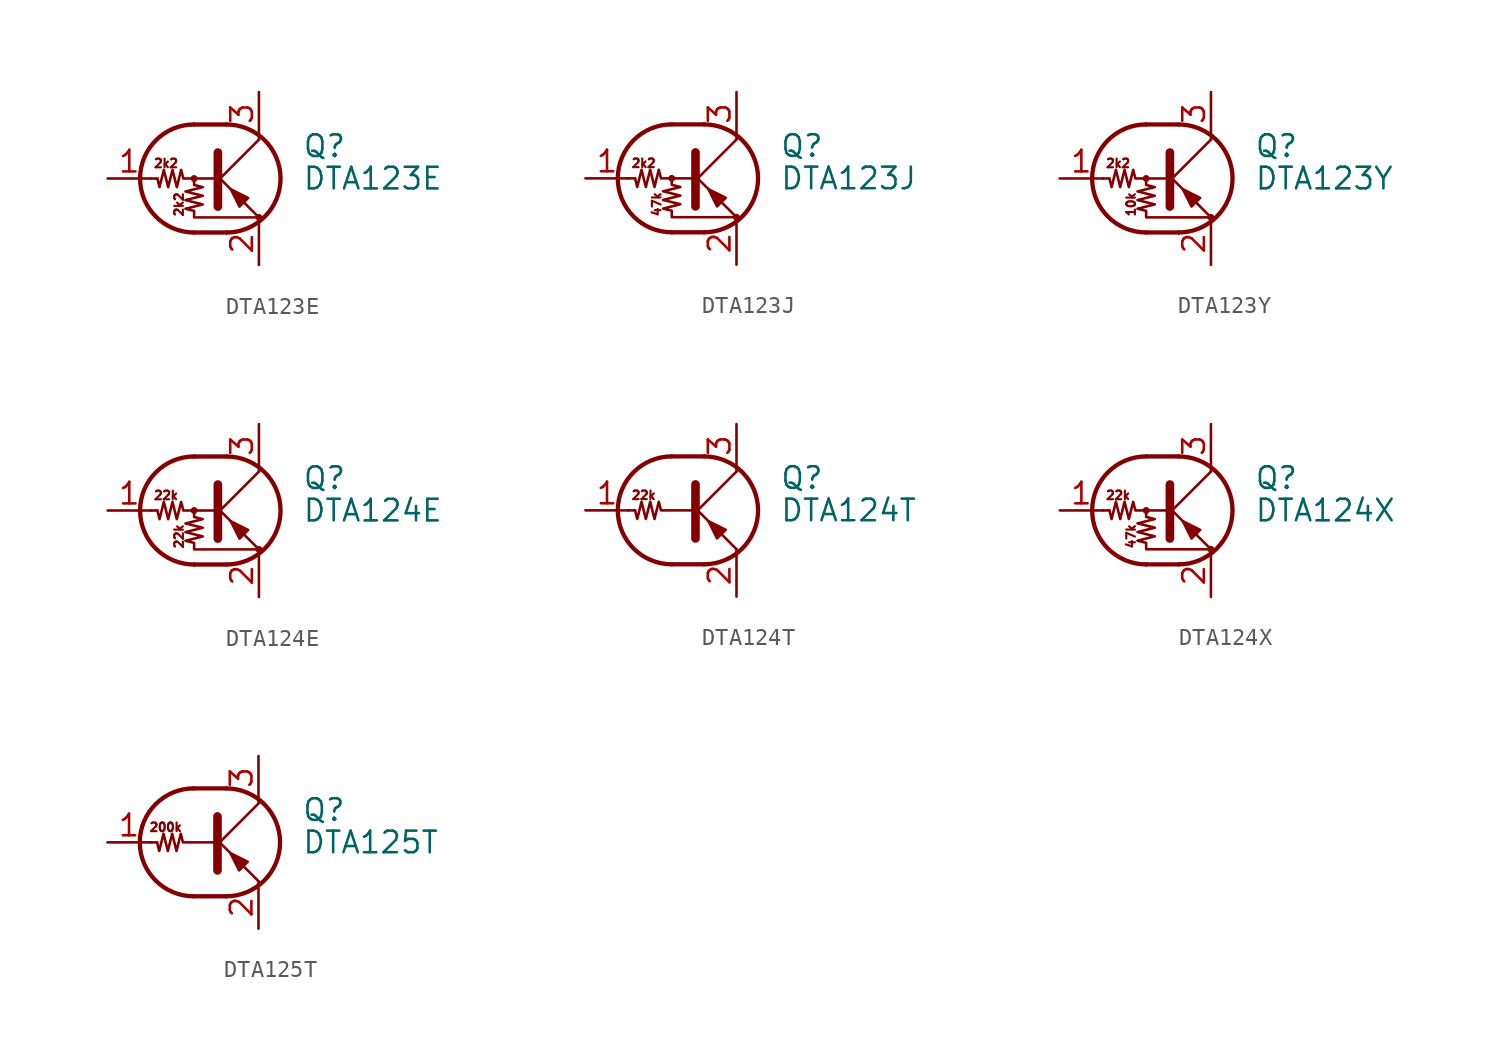
<source format=kicad_sym>
(kicad_symbol_lib
  (version 20241209)
  (generator "kicad_symbol_editor")
  (generator_version "9.0")
  (symbol "DTA123E"
    (pin_names
      (offset 0)
      (hide yes))
    (property "Reference" "Q"
      (at 5.08 1.905 0)
      (effects (font (size 1.27 1.27)) (justify left)))
    (property "Value" "DTA123E"
      (at 5.08 0 0)
      (effects (font (size 1.27 1.27)) (justify left)))
    (symbol "DTA123E_0_0"
      (text "2k2" (at -2.921 0.889 0) (effects (font (size 0.508 0.508))))
      (text "2k2" (at -2.159 -1.524 900) (effects (font (size 0.508 0.508)))))
    (symbol "DTA123E_0_1"
      (polyline (pts (xy -3.429 0) (xy -3.81 0)) (stroke (width 0) (type default)) (fill (type none)))
      (polyline (pts (xy -1.27 3.175) (xy 0.635 3.175)) (stroke (width 0.254) (type default)) (fill (type none)))
      (circle (center -1.27 0) (radius 0.127) (stroke (width 0) (type default)) (fill (type none)))
      (polyline (pts (xy -1.27 0) (xy -1.27 -0.381) (xy -0.762 -0.508) (xy -1.778 -0.762) (xy -0.762 -1.016) (xy -1.778 -1.27) (xy -0.762 -1.524) (xy -1.778 -1.778) (xy -1.27 -1.905) (xy -1.27 -2.286) (xy 2.54 -2.286)) (stroke (width 0) (type default)) (fill (type none)))
      (polyline (pts (xy -1.27 -3.175) (xy 0.635 -3.175)) (stroke (width 0.254) (type default)) (fill (type none)))
      (arc (start -1.27 -3.175) (mid -4.4312 0) (end -1.27 3.175) (stroke (width 0.254) (type default)) (fill (type none)))
      (polyline (pts (xy 0 0) (xy -1.905 0) (xy -2.032 0.508) (xy -2.286 -0.508) (xy -2.54 0.508) (xy -2.794 -0.508) (xy -3.048 0.508) (xy -3.302 -0.508) (xy -3.429 0)) (stroke (width 0) (type default)) (fill (type none)))
      (polyline (pts (xy 0 -0.254) (xy 2.54 2.286)) (stroke (width 0) (type default)) (fill (type none)))
      (polyline (pts (xy 0.127 1.524) (xy 0.127 -1.651)) (stroke (width 0.508) (type default)) (fill (type outline)))
      (arc (start 0.635 3.175) (mid 3.7962 0) (end 0.635 -3.175) (stroke (width 0.254) (type default)) (fill (type none)))
      (polyline (pts (xy 1.397 -1.651) (xy 1.905 -1.143) (xy 0.889 -0.635) (xy 1.397 -1.651)) (stroke (width 0) (type default)) (fill (type outline)))
      (polyline (pts (xy 2.54 2.286) (xy 2.54 2.54)) (stroke (width 0) (type default)) (fill (type none)))
      (polyline (pts (xy 2.54 -2.286) (xy 0 0.254) (xy 0 0.254)) (stroke (width 0) (type default)) (fill (type none)))
      (circle (center 2.54 -2.286) (radius 0.127) (stroke (width 0) (type default)) (fill (type none))))
    (symbol "DTA123E_1_1"
      (pin input line (at -6.35 0 0) (length 2.54) (name "B" (effects (font (size 1.27 1.27)))) (number "1" (effects (font (size 1.27 1.27)))))
      (pin passive line (at 2.54 5.08 270) (length 2.54) (name "C" (effects (font (size 1.27 1.27)))) (number "3" (effects (font (size 1.27 1.27)))))
      (pin passive line (at 2.54 -5.08 90) (length 2.54) (name "E" (effects (font (size 1.27 1.27)))) (number "2" (effects (font (size 1.27 1.27)))))))
  (symbol "DTA123J"
    (pin_names
      (offset 0)
      (hide yes))
    (property "Reference" "Q"
      (at 5.08 1.905 0)
      (effects (font (size 1.27 1.27)) (justify left)))
    (property "Value" "DTA123J"
      (at 5.08 0 0)
      (effects (font (size 1.27 1.27)) (justify left)))
    (symbol "DTA123J_0_0"
      (text "2k2" (at -2.921 0.889 0) (effects (font (size 0.508 0.508))))
      (text "47k" (at -2.159 -1.524 900) (effects (font (size 0.508 0.508)))))
    (symbol "DTA123J_0_1"
      (polyline (pts (xy -3.429 0) (xy -3.81 0)) (stroke (width 0) (type default)) (fill (type none)))
      (polyline (pts (xy -1.27 3.175) (xy 0.635 3.175)) (stroke (width 0.254) (type default)) (fill (type none)))
      (circle (center -1.27 0) (radius 0.127) (stroke (width 0) (type default)) (fill (type none)))
      (polyline (pts (xy -1.27 0) (xy -1.27 -0.381) (xy -0.762 -0.508) (xy -1.778 -0.762) (xy -0.762 -1.016) (xy -1.778 -1.27) (xy -0.762 -1.524) (xy -1.778 -1.778) (xy -1.27 -1.905) (xy -1.27 -2.286) (xy 2.54 -2.286)) (stroke (width 0) (type default)) (fill (type none)))
      (polyline (pts (xy -1.27 -3.175) (xy 0.635 -3.175)) (stroke (width 0.254) (type default)) (fill (type none)))
      (arc (start -1.27 -3.175) (mid -4.4312 0) (end -1.27 3.175) (stroke (width 0.254) (type default)) (fill (type none)))
      (polyline (pts (xy 0 0) (xy -1.905 0) (xy -2.032 0.508) (xy -2.286 -0.508) (xy -2.54 0.508) (xy -2.794 -0.508) (xy -3.048 0.508) (xy -3.302 -0.508) (xy -3.429 0)) (stroke (width 0) (type default)) (fill (type none)))
      (polyline (pts (xy 0 -0.254) (xy 2.54 2.286)) (stroke (width 0) (type default)) (fill (type none)))
      (polyline (pts (xy 0.127 1.524) (xy 0.127 -1.651)) (stroke (width 0.508) (type default)) (fill (type outline)))
      (arc (start 0.635 3.175) (mid 3.7962 0) (end 0.635 -3.175) (stroke (width 0.254) (type default)) (fill (type none)))
      (polyline (pts (xy 1.397 -1.651) (xy 1.905 -1.143) (xy 0.889 -0.635) (xy 1.397 -1.651)) (stroke (width 0) (type default)) (fill (type outline)))
      (polyline (pts (xy 2.54 2.286) (xy 2.54 2.54)) (stroke (width 0) (type default)) (fill (type none)))
      (polyline (pts (xy 2.54 -2.286) (xy 0 0.254) (xy 0 0.254)) (stroke (width 0) (type default)) (fill (type none)))
      (circle (center 2.54 -2.286) (radius 0.127) (stroke (width 0) (type default)) (fill (type none))))
    (symbol "DTA123J_1_1"
      (pin input line (at -6.35 0 0) (length 2.54) (name "B" (effects (font (size 1.27 1.27)))) (number "1" (effects (font (size 1.27 1.27)))))
      (pin passive line (at 2.54 5.08 270) (length 2.54) (name "C" (effects (font (size 1.27 1.27)))) (number "3" (effects (font (size 1.27 1.27)))))
      (pin passive line (at 2.54 -5.08 90) (length 2.54) (name "E" (effects (font (size 1.27 1.27)))) (number "2" (effects (font (size 1.27 1.27)))))))
  (symbol "DTA123Y"
    (pin_names
      (offset 0)
      (hide yes))
    (property "Reference" "Q"
      (at 5.08 1.905 0)
      (effects (font (size 1.27 1.27)) (justify left)))
    (property "Value" "DTA123Y"
      (at 5.08 0 0)
      (effects (font (size 1.27 1.27)) (justify left)))
    (symbol "DTA123Y_0_0"
      (text "2k2" (at -2.921 0.889 0) (effects (font (size 0.508 0.508))))
      (text "10k" (at -2.159 -1.524 900) (effects (font (size 0.508 0.508)))))
    (symbol "DTA123Y_0_1"
      (polyline (pts (xy -3.429 0) (xy -3.81 0)) (stroke (width 0) (type default)) (fill (type none)))
      (polyline (pts (xy -1.27 3.175) (xy 0.635 3.175)) (stroke (width 0.254) (type default)) (fill (type none)))
      (circle (center -1.27 0) (radius 0.127) (stroke (width 0) (type default)) (fill (type none)))
      (polyline (pts (xy -1.27 0) (xy -1.27 -0.381) (xy -0.762 -0.508) (xy -1.778 -0.762) (xy -0.762 -1.016) (xy -1.778 -1.27) (xy -0.762 -1.524) (xy -1.778 -1.778) (xy -1.27 -1.905) (xy -1.27 -2.286) (xy 2.54 -2.286)) (stroke (width 0) (type default)) (fill (type none)))
      (polyline (pts (xy -1.27 -3.175) (xy 0.635 -3.175)) (stroke (width 0.254) (type default)) (fill (type none)))
      (arc (start -1.27 -3.175) (mid -4.4312 0) (end -1.27 3.175) (stroke (width 0.254) (type default)) (fill (type none)))
      (polyline (pts (xy 0 0) (xy -1.905 0) (xy -2.032 0.508) (xy -2.286 -0.508) (xy -2.54 0.508) (xy -2.794 -0.508) (xy -3.048 0.508) (xy -3.302 -0.508) (xy -3.429 0)) (stroke (width 0) (type default)) (fill (type none)))
      (polyline (pts (xy 0 -0.254) (xy 2.54 2.286)) (stroke (width 0) (type default)) (fill (type none)))
      (polyline (pts (xy 0.127 1.524) (xy 0.127 -1.651)) (stroke (width 0.508) (type default)) (fill (type outline)))
      (arc (start 0.635 3.175) (mid 3.7962 0) (end 0.635 -3.175) (stroke (width 0.254) (type default)) (fill (type none)))
      (polyline (pts (xy 1.397 -1.651) (xy 1.905 -1.143) (xy 0.889 -0.635) (xy 1.397 -1.651)) (stroke (width 0) (type default)) (fill (type outline)))
      (polyline (pts (xy 2.54 2.286) (xy 2.54 2.54)) (stroke (width 0) (type default)) (fill (type none)))
      (polyline (pts (xy 2.54 -2.286) (xy 0 0.254) (xy 0 0.254)) (stroke (width 0) (type default)) (fill (type none)))
      (circle (center 2.54 -2.286) (radius 0.127) (stroke (width 0) (type default)) (fill (type none))))
    (symbol "DTA123Y_1_1"
      (pin input line (at -6.35 0 0) (length 2.54) (name "B" (effects (font (size 1.27 1.27)))) (number "1" (effects (font (size 1.27 1.27)))))
      (pin passive line (at 2.54 5.08 270) (length 2.54) (name "C" (effects (font (size 1.27 1.27)))) (number "3" (effects (font (size 1.27 1.27)))))
      (pin passive line (at 2.54 -5.08 90) (length 2.54) (name "E" (effects (font (size 1.27 1.27)))) (number "2" (effects (font (size 1.27 1.27)))))))
  (symbol "DTA124E"
    (pin_names
      (offset 0)
      (hide yes))
    (property "Reference" "Q"
      (at 5.08 1.905 0)
      (effects (font (size 1.27 1.27)) (justify left)))
    (property "Value" "DTA124E"
      (at 5.08 0 0)
      (effects (font (size 1.27 1.27)) (justify left)))
    (symbol "DTA124E_0_0"
      (text "22k" (at -2.921 0.889 0) (effects (font (size 0.508 0.508))))
      (text "22k" (at -2.159 -1.524 900) (effects (font (size 0.508 0.508)))))
    (symbol "DTA124E_0_1"
      (polyline (pts (xy -3.429 0) (xy -3.81 0)) (stroke (width 0) (type default)) (fill (type none)))
      (polyline (pts (xy -1.27 3.175) (xy 0.635 3.175)) (stroke (width 0.254) (type default)) (fill (type none)))
      (circle (center -1.27 0) (radius 0.127) (stroke (width 0) (type default)) (fill (type none)))
      (polyline (pts (xy -1.27 0) (xy -1.27 -0.381) (xy -0.762 -0.508) (xy -1.778 -0.762) (xy -0.762 -1.016) (xy -1.778 -1.27) (xy -0.762 -1.524) (xy -1.778 -1.778) (xy -1.27 -1.905) (xy -1.27 -2.286) (xy 2.54 -2.286)) (stroke (width 0) (type default)) (fill (type none)))
      (polyline (pts (xy -1.27 -3.175) (xy 0.635 -3.175)) (stroke (width 0.254) (type default)) (fill (type none)))
      (arc (start -1.27 -3.175) (mid -4.4312 0) (end -1.27 3.175) (stroke (width 0.254) (type default)) (fill (type none)))
      (polyline (pts (xy 0 0) (xy -1.905 0) (xy -2.032 0.508) (xy -2.286 -0.508) (xy -2.54 0.508) (xy -2.794 -0.508) (xy -3.048 0.508) (xy -3.302 -0.508) (xy -3.429 0)) (stroke (width 0) (type default)) (fill (type none)))
      (polyline (pts (xy 0 -0.254) (xy 2.54 2.286)) (stroke (width 0) (type default)) (fill (type none)))
      (polyline (pts (xy 0.127 1.524) (xy 0.127 -1.651)) (stroke (width 0.508) (type default)) (fill (type outline)))
      (arc (start 0.635 3.175) (mid 3.7962 0) (end 0.635 -3.175) (stroke (width 0.254) (type default)) (fill (type none)))
      (polyline (pts (xy 1.397 -1.651) (xy 1.905 -1.143) (xy 0.889 -0.635) (xy 1.397 -1.651)) (stroke (width 0) (type default)) (fill (type outline)))
      (polyline (pts (xy 2.54 2.286) (xy 2.54 2.54)) (stroke (width 0) (type default)) (fill (type none)))
      (polyline (pts (xy 2.54 -2.286) (xy 0 0.254) (xy 0 0.254)) (stroke (width 0) (type default)) (fill (type none)))
      (circle (center 2.54 -2.286) (radius 0.127) (stroke (width 0) (type default)) (fill (type none))))
    (symbol "DTA124E_1_1"
      (pin input line (at -6.35 0 0) (length 2.54) (name "B" (effects (font (size 1.27 1.27)))) (number "1" (effects (font (size 1.27 1.27)))))
      (pin passive line (at 2.54 5.08 270) (length 2.54) (name "C" (effects (font (size 1.27 1.27)))) (number "3" (effects (font (size 1.27 1.27)))))
      (pin passive line (at 2.54 -5.08 90) (length 2.54) (name "E" (effects (font (size 1.27 1.27)))) (number "2" (effects (font (size 1.27 1.27)))))))
  (symbol "DTA124T"
    (pin_names
      (offset 0)
      (hide yes))
    (property "Reference" "Q"
      (at 5.08 1.905 0)
      (effects (font (size 1.27 1.27)) (justify left)))
    (property "Value" "DTA124T"
      (at 5.08 0 0)
      (effects (font (size 1.27 1.27)) (justify left)))
    (symbol "DTA124T_0_0"
      (polyline (pts (xy 2.54 -2.286) (xy 2.54 -2.54)) (stroke (width 0) (type default)) (fill (type none)))
      (text "22k" (at -2.921 0.889 0) (effects (font (size 0.508 0.508)))))
    (symbol "DTA124T_0_1"
      (polyline (pts (xy -3.429 0) (xy -3.81 0)) (stroke (width 0) (type default)) (fill (type none)))
      (polyline (pts (xy -1.27 3.175) (xy 0.635 3.175)) (stroke (width 0.254) (type default)) (fill (type none)))
      (polyline (pts (xy -1.27 -3.175) (xy 0.635 -3.175)) (stroke (width 0.254) (type default)) (fill (type none)))
      (arc (start -1.27 -3.175) (mid -4.4312 0) (end -1.27 3.175) (stroke (width 0.254) (type default)) (fill (type none)))
      (polyline (pts (xy 0 0) (xy -1.905 0) (xy -2.032 0.508) (xy -2.286 -0.508) (xy -2.54 0.508) (xy -2.794 -0.508) (xy -3.048 0.508) (xy -3.302 -0.508) (xy -3.429 0)) (stroke (width 0) (type default)) (fill (type none)))
      (polyline (pts (xy 0 -0.254) (xy 2.54 2.286)) (stroke (width 0) (type default)) (fill (type none)))
      (polyline (pts (xy 0.127 1.524) (xy 0.127 -1.651)) (stroke (width 0.508) (type default)) (fill (type outline)))
      (arc (start 0.635 3.175) (mid 3.7962 0) (end 0.635 -3.175) (stroke (width 0.254) (type default)) (fill (type none)))
      (polyline (pts (xy 1.397 -1.651) (xy 1.905 -1.143) (xy 0.889 -0.635) (xy 1.397 -1.651)) (stroke (width 0) (type default)) (fill (type outline)))
      (polyline (pts (xy 2.54 2.286) (xy 2.54 2.54)) (stroke (width 0) (type default)) (fill (type none)))
      (polyline (pts (xy 2.54 -2.286) (xy 0 0.254) (xy 0 0.254)) (stroke (width 0) (type default)) (fill (type none))))
    (symbol "DTA124T_1_1"
      (pin input line (at -6.35 0 0) (length 2.54) (name "B" (effects (font (size 1.27 1.27)))) (number "1" (effects (font (size 1.27 1.27)))))
      (pin passive line (at 2.54 5.08 270) (length 2.54) (name "C" (effects (font (size 1.27 1.27)))) (number "3" (effects (font (size 1.27 1.27)))))
      (pin passive line (at 2.54 -5.08 90) (length 2.54) (name "E" (effects (font (size 1.27 1.27)))) (number "2" (effects (font (size 1.27 1.27)))))))
  (symbol "DTA124X"
    (pin_names
      (offset 0)
      (hide yes))
    (property "Reference" "Q"
      (at 5.08 1.905 0)
      (effects (font (size 1.27 1.27)) (justify left)))
    (property "Value" "DTA124X"
      (at 5.08 0 0)
      (effects (font (size 1.27 1.27)) (justify left)))
    (symbol "DTA124X_0_0"
      (text "22k" (at -2.921 0.889 0) (effects (font (size 0.508 0.508))))
      (text "47k" (at -2.159 -1.524 900) (effects (font (size 0.508 0.508)))))
    (symbol "DTA124X_0_1"
      (polyline (pts (xy -3.429 0) (xy -3.81 0)) (stroke (width 0) (type default)) (fill (type none)))
      (polyline (pts (xy -1.27 3.175) (xy 0.635 3.175)) (stroke (width 0.254) (type default)) (fill (type none)))
      (circle (center -1.27 0) (radius 0.127) (stroke (width 0) (type default)) (fill (type none)))
      (polyline (pts (xy -1.27 0) (xy -1.27 -0.381) (xy -0.762 -0.508) (xy -1.778 -0.762) (xy -0.762 -1.016) (xy -1.778 -1.27) (xy -0.762 -1.524) (xy -1.778 -1.778) (xy -1.27 -1.905) (xy -1.27 -2.286) (xy 2.54 -2.286)) (stroke (width 0) (type default)) (fill (type none)))
      (polyline (pts (xy -1.27 -3.175) (xy 0.635 -3.175)) (stroke (width 0.254) (type default)) (fill (type none)))
      (arc (start -1.27 -3.175) (mid -4.4312 0) (end -1.27 3.175) (stroke (width 0.254) (type default)) (fill (type none)))
      (polyline (pts (xy 0 0) (xy -1.905 0) (xy -2.032 0.508) (xy -2.286 -0.508) (xy -2.54 0.508) (xy -2.794 -0.508) (xy -3.048 0.508) (xy -3.302 -0.508) (xy -3.429 0)) (stroke (width 0) (type default)) (fill (type none)))
      (polyline (pts (xy 0 -0.254) (xy 2.54 2.286)) (stroke (width 0) (type default)) (fill (type none)))
      (polyline (pts (xy 0.127 1.524) (xy 0.127 -1.651)) (stroke (width 0.508) (type default)) (fill (type outline)))
      (arc (start 0.635 3.175) (mid 3.7962 0) (end 0.635 -3.175) (stroke (width 0.254) (type default)) (fill (type none)))
      (polyline (pts (xy 1.397 -1.651) (xy 1.905 -1.143) (xy 0.889 -0.635) (xy 1.397 -1.651)) (stroke (width 0) (type default)) (fill (type outline)))
      (polyline (pts (xy 2.54 2.286) (xy 2.54 2.54)) (stroke (width 0) (type default)) (fill (type none)))
      (polyline (pts (xy 2.54 -2.286) (xy 0 0.254) (xy 0 0.254)) (stroke (width 0) (type default)) (fill (type none)))
      (circle (center 2.54 -2.286) (radius 0.127) (stroke (width 0) (type default)) (fill (type none))))
    (symbol "DTA124X_1_1"
      (pin input line (at -6.35 0 0) (length 2.54) (name "B" (effects (font (size 1.27 1.27)))) (number "1" (effects (font (size 1.27 1.27)))))
      (pin passive line (at 2.54 5.08 270) (length 2.54) (name "C" (effects (font (size 1.27 1.27)))) (number "3" (effects (font (size 1.27 1.27)))))
      (pin passive line (at 2.54 -5.08 90) (length 2.54) (name "E" (effects (font (size 1.27 1.27)))) (number "2" (effects (font (size 1.27 1.27)))))))
  (symbol "DTA125T"
    (pin_names
      (offset 0)
      (hide yes))
    (property "Reference" "Q"
      (at 5.08 1.905 0)
      (effects (font (size 1.27 1.27)) (justify left)))
    (property "Value" "DTA125T"
      (at 5.08 0 0)
      (effects (font (size 1.27 1.27)) (justify left)))
    (symbol "DTA125T_0_0"
      (polyline (pts (xy 2.54 -2.286) (xy 2.54 -2.54)) (stroke (width 0) (type default)) (fill (type none)))
      (text "200k" (at -2.921 0.889 0) (effects (font (size 0.508 0.508)))))
    (symbol "DTA125T_0_1"
      (polyline (pts (xy -3.429 0) (xy -3.81 0)) (stroke (width 0) (type default)) (fill (type none)))
      (polyline (pts (xy -1.27 3.175) (xy 0.635 3.175)) (stroke (width 0.254) (type default)) (fill (type none)))
      (polyline (pts (xy -1.27 -3.175) (xy 0.635 -3.175)) (stroke (width 0.254) (type default)) (fill (type none)))
      (arc (start -1.27 -3.175) (mid -4.4312 0) (end -1.27 3.175) (stroke (width 0.254) (type default)) (fill (type none)))
      (polyline (pts (xy 0 0) (xy -1.905 0) (xy -2.032 0.508) (xy -2.286 -0.508) (xy -2.54 0.508) (xy -2.794 -0.508) (xy -3.048 0.508) (xy -3.302 -0.508) (xy -3.429 0)) (stroke (width 0) (type default)) (fill (type none)))
      (polyline (pts (xy 0 -0.254) (xy 2.54 2.286)) (stroke (width 0) (type default)) (fill (type none)))
      (polyline (pts (xy 0.127 1.524) (xy 0.127 -1.651)) (stroke (width 0.508) (type default)) (fill (type outline)))
      (arc (start 0.635 3.175) (mid 3.7962 0) (end 0.635 -3.175) (stroke (width 0.254) (type default)) (fill (type none)))
      (polyline (pts (xy 1.397 -1.651) (xy 1.905 -1.143) (xy 0.889 -0.635) (xy 1.397 -1.651)) (stroke (width 0) (type default)) (fill (type outline)))
      (polyline (pts (xy 2.54 2.286) (xy 2.54 2.54)) (stroke (width 0) (type default)) (fill (type none)))
      (polyline (pts (xy 2.54 -2.286) (xy 0 0.254) (xy 0 0.254)) (stroke (width 0) (type default)) (fill (type none))))
    (symbol "DTA125T_1_1"
      (pin input line (at -6.35 0 0) (length 2.54) (name "B" (effects (font (size 1.27 1.27)))) (number "1" (effects (font (size 1.27 1.27)))))
      (pin passive line (at 2.54 5.08 270) (length 2.54) (name "C" (effects (font (size 1.27 1.27)))) (number "3" (effects (font (size 1.27 1.27)))))
      (pin passive line (at 2.54 -5.08 90) (length 2.54) (name "E" (effects (font (size 1.27 1.27)))) (number "2" (effects (font (size 1.27 1.27))))))))
</source>
